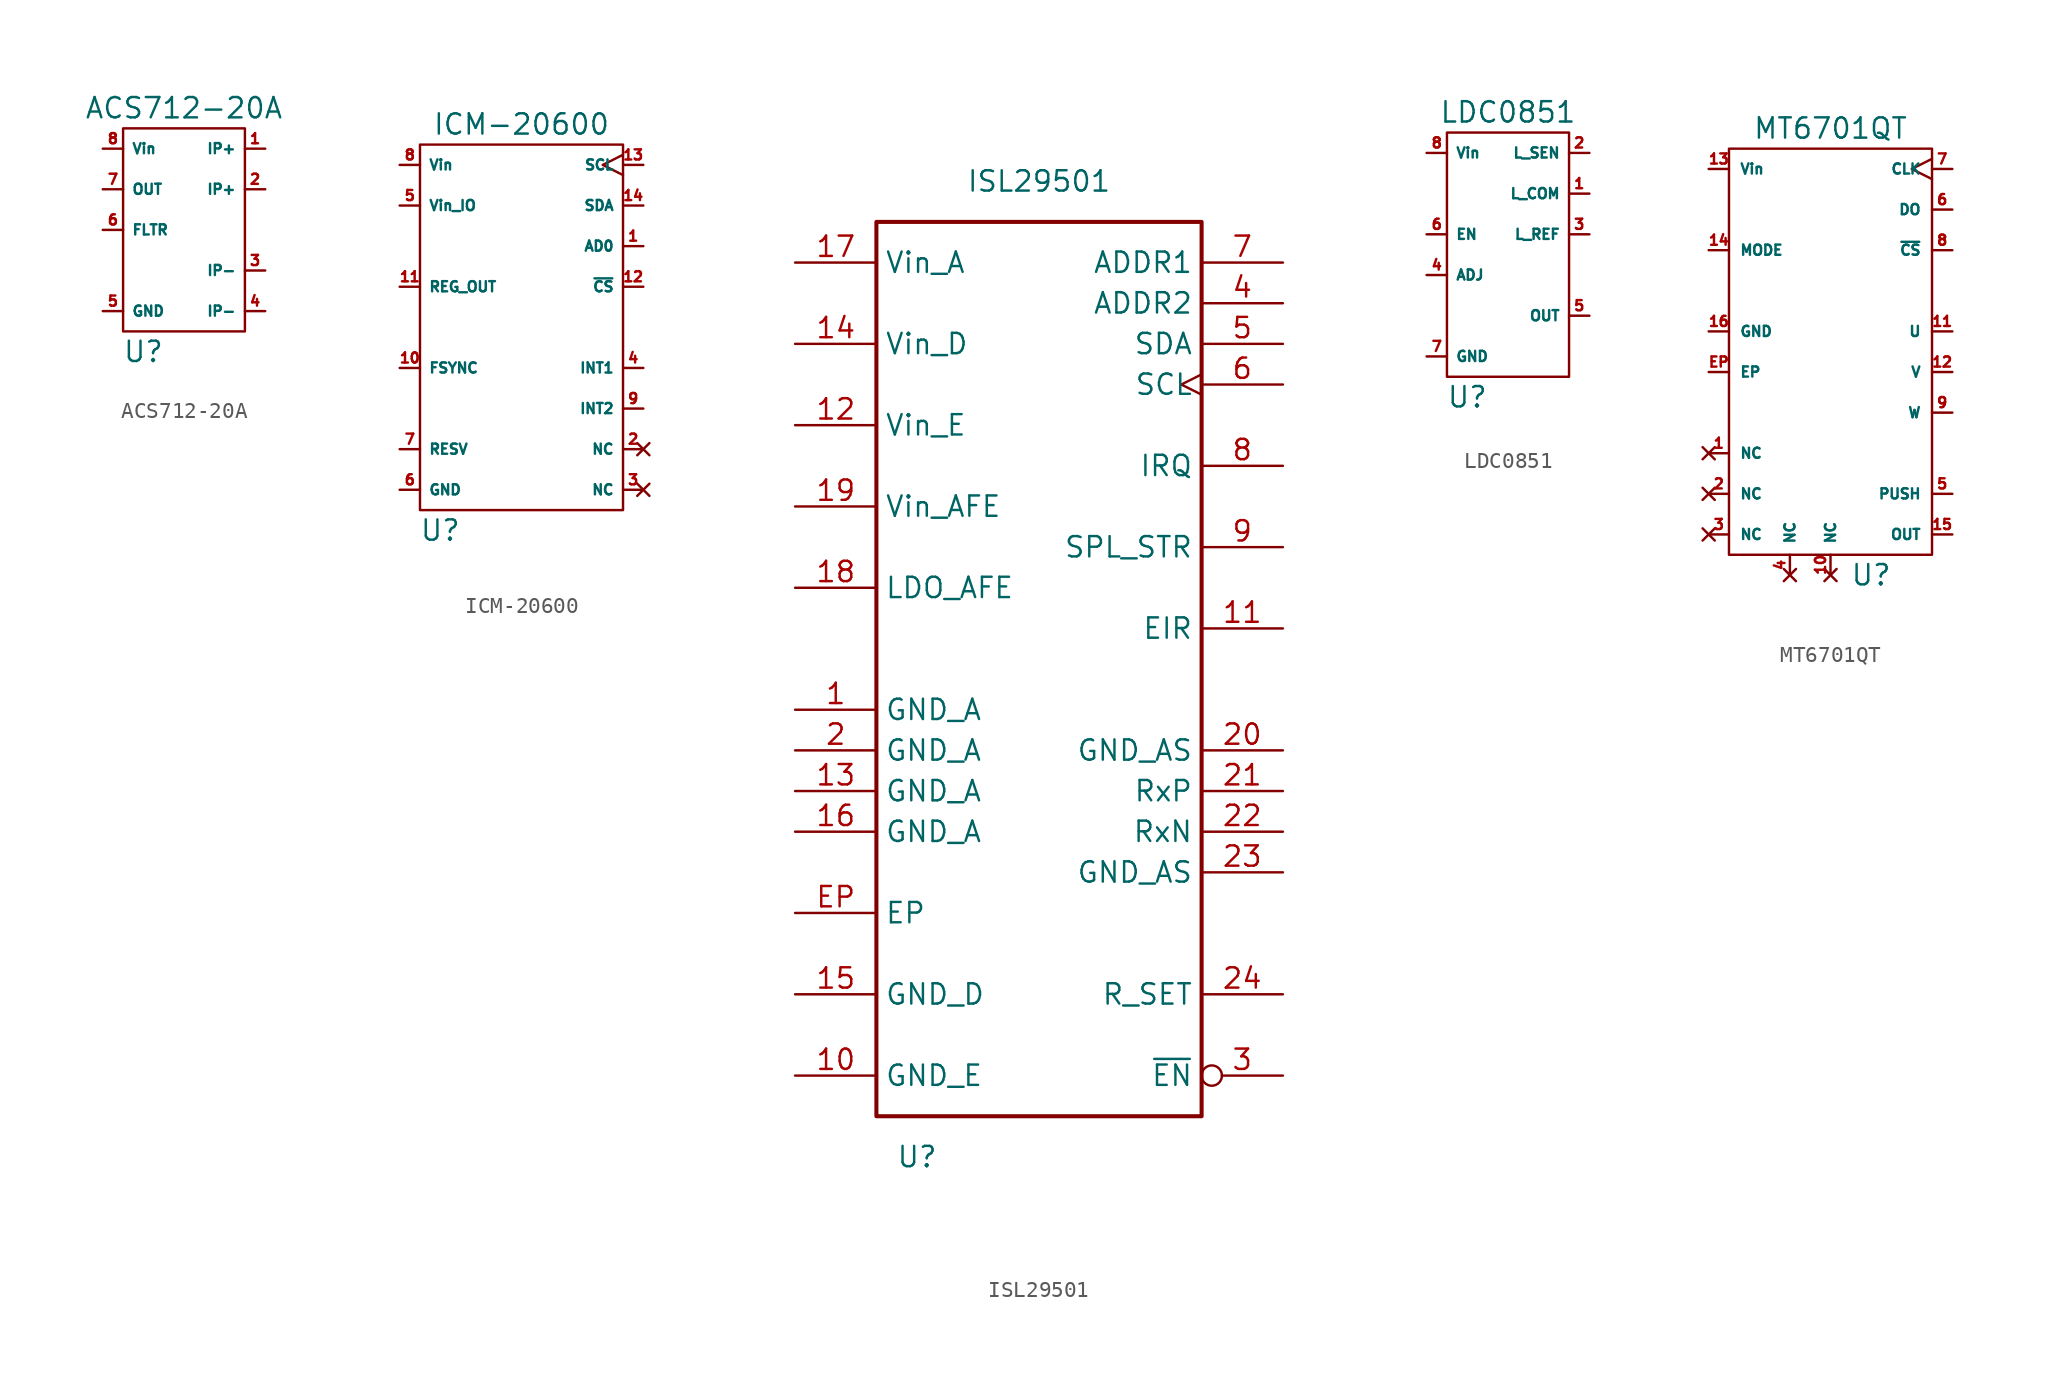
<source format=kicad_sym>
(kicad_symbol_lib
  (version 20211014)
  (generator kicad_symbol_editor)
  (symbol "ACS712-20A"
    (property "Reference" "U"
      (at -2.54 -7.62 0)
      (effects (font (size 1.27 1.27))))
    (property "Value" "ACS712-20A"
      (at 0 7.62 0)
      (effects (font (size 1.27 1.27))))
    (symbol "ACS712-20A_0_1"
      (rectangle (start -3.81 6.35) (end 3.81 -6.35) (stroke (width 0) (type default) (color 0 0 0 0)) (fill (type none))))
    (symbol "ACS712-20A_1_1"
      (pin power_in line (at 5.08 5.08 180) (length 1.27) (name "IP+" (effects (font (size 0.635 0.635)))) (number "1" (effects (font (size 0.635 0.635)))))
      (pin power_in line (at 5.08 2.54 180) (length 1.27) (name "IP+" (effects (font (size 0.635 0.635)))) (number "2" (effects (font (size 0.635 0.635)))))
      (pin power_out line (at 5.08 -2.54 180) (length 1.27) (name "IP-" (effects (font (size 0.635 0.635)))) (number "3" (effects (font (size 0.635 0.635)))))
      (pin power_out line (at 5.08 -5.08 180) (length 1.27) (name "IP-" (effects (font (size 0.635 0.635)))) (number "4" (effects (font (size 0.635 0.635)))))
      (pin power_in line (at -5.08 -5.08 0) (length 1.27) (name "GND" (effects (font (size 0.635 0.635)))) (number "5" (effects (font (size 0.635 0.635)))))
      (pin passive line (at -5.08 0 0) (length 1.27) (name "FLTR" (effects (font (size 0.635 0.635)))) (number "6" (effects (font (size 0.635 0.635)))))
      (pin output line (at -5.08 2.54 0) (length 1.27) (name "OUT" (effects (font (size 0.635 0.635)))) (number "7" (effects (font (size 0.635 0.635)))))
      (pin power_in line (at -5.08 5.08 0) (length 1.27) (name "Vin" (effects (font (size 0.635 0.635)))) (number "8" (effects (font (size 0.635 0.635)))))))
  (symbol "ICM-20600"
    (property "Reference" "U"
      (at -5.08 -12.7 0)
      (effects (font (size 1.27 1.27))))
    (property "Value" "ICM-20600"
      (at 0 12.7 0)
      (effects (font (size 1.27 1.27))))
    (symbol "ICM-20600_0_1"
      (rectangle (start -6.35 11.43) (end 6.35 -11.43) (stroke (width 0) (type default) (color 0 0 0 0)) (fill (type none))))
    (symbol "ICM-20600_1_1"
      (pin input line (at 7.62 5.08 180) (length 1.27) (name "AD0" (effects (font (size 0.635 0.635)))) (number "1" (effects (font (size 0.635 0.635)))) (alternate "SDO" output line))
      (pin input line (at -7.62 -2.54 0) (length 1.27) (name "FSYNC" (effects (font (size 0.635 0.635)))) (number "10" (effects (font (size 0.635 0.635)))) (alternate "NC" no_connect line))
      (pin power_out line (at -7.62 2.54 0) (length 1.27) (name "REG_OUT" (effects (font (size 0.635 0.635)))) (number "11" (effects (font (size 0.635 0.635)))))
      (pin input line (at 7.62 2.54 180) (length 1.27) (name "~{CS}" (effects (font (size 0.635 0.635)))) (number "12" (effects (font (size 0.635 0.635)))))
      (pin open_collector clock (at 7.62 10.16 180) (length 1.27) (name "SCL" (effects (font (size 0.635 0.635)))) (number "13" (effects (font (size 0.635 0.635)))) (alternate "SCLK" input clock))
      (pin open_collector line (at 7.62 7.62 180) (length 1.27) (name "SDA" (effects (font (size 0.635 0.635)))) (number "14" (effects (font (size 0.635 0.635)))) (alternate "SDI" input line))
      (pin no_connect line (at 7.62 -7.62 180) (length 1.27) (name "NC" (effects (font (size 0.635 0.635)))) (number "2" (effects (font (size 0.635 0.635)))))
      (pin no_connect line (at 7.62 -10.16 180) (length 1.27) (name "NC" (effects (font (size 0.635 0.635)))) (number "3" (effects (font (size 0.635 0.635)))))
      (pin output line (at 7.62 -2.54 180) (length 1.27) (name "INT1" (effects (font (size 0.635 0.635)))) (number "4" (effects (font (size 0.635 0.635)))))
      (pin power_in line (at -7.62 7.62 0) (length 1.27) (name "Vin_IO" (effects (font (size 0.635 0.635)))) (number "5" (effects (font (size 0.635 0.635)))))
      (pin power_in line (at -7.62 -10.16 0) (length 1.27) (name "GND" (effects (font (size 0.635 0.635)))) (number "6" (effects (font (size 0.635 0.635)))))
      (pin passive line (at -7.62 -7.62 0) (length 1.27) (name "RESV" (effects (font (size 0.635 0.635)))) (number "7" (effects (font (size 0.635 0.635)))))
      (pin power_in line (at -7.62 10.16 0) (length 1.27) (name "Vin" (effects (font (size 0.635 0.635)))) (number "8" (effects (font (size 0.635 0.635)))))
      (pin output line (at 7.62 -5.08 180) (length 1.27) (name "INT2" (effects (font (size 0.635 0.635)))) (number "9" (effects (font (size 0.635 0.635)))))))
  (symbol "ISL29501"
    (property "Reference" "U"
      (at -7.62 -30.48 0)
      (effects (font (size 1.27 1.27))))
    (property "Value" "ISL29501"
      (at 0 30.48 0)
      (effects (font (size 1.27 1.27))))
    (symbol "ISL29501_0_1"
      (rectangle (start -10.16 27.94) (end 10.16 -27.94) (stroke (width 0.254) (type default) (color 0 0 0 0)) (fill (type none))))
    (symbol "ISL29501_1_1"
      (pin power_in line (at -15.24 -2.54 0) (length 5.08) (name "GND_A" (effects (font (size 1.27 1.27)))) (number "1" (effects (font (size 1.27 1.27)))))
      (pin power_in line (at -15.24 -25.4 0) (length 5.08) (name "GND_E" (effects (font (size 1.27 1.27)))) (number "10" (effects (font (size 1.27 1.27)))))
      (pin output line (at 15.24 2.54 180) (length 5.08) (name "EIR" (effects (font (size 1.27 1.27)))) (number "11" (effects (font (size 1.27 1.27)))))
      (pin power_in line (at -15.24 15.24 0) (length 5.08) (name "Vin_E" (effects (font (size 1.27 1.27)))) (number "12" (effects (font (size 1.27 1.27)))))
      (pin power_in line (at -15.24 -7.62 0) (length 5.08) (name "GND_A" (effects (font (size 1.27 1.27)))) (number "13" (effects (font (size 1.27 1.27)))))
      (pin power_in line (at -15.24 20.32 0) (length 5.08) (name "Vin_D" (effects (font (size 1.27 1.27)))) (number "14" (effects (font (size 1.27 1.27)))))
      (pin power_in line (at -15.24 -20.32 0) (length 5.08) (name "GND_D" (effects (font (size 1.27 1.27)))) (number "15" (effects (font (size 1.27 1.27)))))
      (pin power_in line (at -15.24 -10.16 0) (length 5.08) (name "GND_A" (effects (font (size 1.27 1.27)))) (number "16" (effects (font (size 1.27 1.27)))))
      (pin power_in line (at -15.24 25.4 0) (length 5.08) (name "Vin_A" (effects (font (size 1.27 1.27)))) (number "17" (effects (font (size 1.27 1.27)))))
      (pin power_out line (at -15.24 5.08 0) (length 5.08) (name "LDO_AFE" (effects (font (size 1.27 1.27)))) (number "18" (effects (font (size 1.27 1.27)))))
      (pin power_in line (at -15.24 10.16 0) (length 5.08) (name "Vin_AFE" (effects (font (size 1.27 1.27)))) (number "19" (effects (font (size 1.27 1.27)))))
      (pin power_in line (at -15.24 -5.08 0) (length 5.08) (name "GND_A" (effects (font (size 1.27 1.27)))) (number "2" (effects (font (size 1.27 1.27)))))
      (pin power_in line (at 15.24 -5.08 180) (length 5.08) (name "GND_AS" (effects (font (size 1.27 1.27)))) (number "20" (effects (font (size 1.27 1.27)))))
      (pin input line (at 15.24 -7.62 180) (length 5.08) (name "RxP" (effects (font (size 1.27 1.27)))) (number "21" (effects (font (size 1.27 1.27)))))
      (pin input line (at 15.24 -10.16 180) (length 5.08) (name "RxN" (effects (font (size 1.27 1.27)))) (number "22" (effects (font (size 1.27 1.27)))))
      (pin power_in line (at 15.24 -12.7 180) (length 5.08) (name "GND_AS" (effects (font (size 1.27 1.27)))) (number "23" (effects (font (size 1.27 1.27)))))
      (pin passive line (at 15.24 -20.32 180) (length 5.08) (name "R_SET" (effects (font (size 1.27 1.27)))) (number "24" (effects (font (size 1.27 1.27)))))
      (pin input inverted (at 15.24 -25.4 180) (length 5.08) (name "~{EN}" (effects (font (size 1.27 1.27)))) (number "3" (effects (font (size 1.27 1.27)))))
      (pin input line (at 15.24 22.86 180) (length 5.08) (name "ADDR2" (effects (font (size 1.27 1.27)))) (number "4" (effects (font (size 1.27 1.27)))))
      (pin open_collector line (at 15.24 20.32 180) (length 5.08) (name "SDA" (effects (font (size 1.27 1.27)))) (number "5" (effects (font (size 1.27 1.27)))))
      (pin open_collector clock (at 15.24 17.78 180) (length 5.08) (name "SCL" (effects (font (size 1.27 1.27)))) (number "6" (effects (font (size 1.27 1.27)))))
      (pin input line (at 15.24 25.4 180) (length 5.08) (name "ADDR1" (effects (font (size 1.27 1.27)))) (number "7" (effects (font (size 1.27 1.27)))))
      (pin open_collector line (at 15.24 12.7 180) (length 5.08) (name "IRQ" (effects (font (size 1.27 1.27)))) (number "8" (effects (font (size 1.27 1.27)))))
      (pin input line (at 15.24 7.62 180) (length 5.08) (name "SPL_STR" (effects (font (size 1.27 1.27)))) (number "9" (effects (font (size 1.27 1.27)))))
      (pin passive line (at -15.24 -15.24 0) (length 5.08) (name "EP" (effects (font (size 1.27 1.27)))) (number "EP" (effects (font (size 1.27 1.27)))))))
  (symbol "LDC0851"
    (property "Reference" "U"
      (at -2.54 -10.16 0)
      (effects (font (size 1.27 1.27))))
    (property "Value" "LDC0851"
      (at 0 7.62 0)
      (effects (font (size 1.27 1.27))))
    (symbol "LDC0851_0_1"
      (rectangle (start -3.81 6.35) (end 3.81 -8.89) (stroke (width 0) (type default) (color 0 0 0 0)) (fill (type none))))
    (symbol "LDC0851_1_1"
      (pin input line (at 5.08 2.54 180) (length 1.27) (name "L_COM" (effects (font (size 0.635 0.635)))) (number "1" (effects (font (size 0.635 0.635)))))
      (pin output line (at 5.08 5.08 180) (length 1.27) (name "L_SEN" (effects (font (size 0.635 0.635)))) (number "2" (effects (font (size 0.635 0.635)))))
      (pin output line (at 5.08 0 180) (length 1.27) (name "L_REF" (effects (font (size 0.635 0.635)))) (number "3" (effects (font (size 0.635 0.635)))))
      (pin input line (at -5.08 -2.54 0) (length 1.27) (name "ADJ" (effects (font (size 0.635 0.635)))) (number "4" (effects (font (size 0.635 0.635)))))
      (pin output line (at 5.08 -5.08 180) (length 1.27) (name "OUT" (effects (font (size 0.635 0.635)))) (number "5" (effects (font (size 0.635 0.635)))))
      (pin input line (at -5.08 0 0) (length 1.27) (name "EN" (effects (font (size 0.635 0.635)))) (number "6" (effects (font (size 0.635 0.635)))))
      (pin power_in line (at -5.08 -7.62 0) (length 1.27) (name "GND" (effects (font (size 0.635 0.635)))) (number "7" (effects (font (size 0.635 0.635)))))
      (pin power_in line (at -5.08 5.08 0) (length 1.27) (name "Vin" (effects (font (size 0.635 0.635)))) (number "8" (effects (font (size 0.635 0.635)))))))
  (symbol "MT6701QT"
    (pin_names
      (offset 0.635))
    (property "Reference" "U"
      (at 2.54 -15.24 0)
      (effects (font (size 1.27 1.27))))
    (property "Value" "MT6701QT"
      (at 0 12.7 0)
      (effects (font (size 1.27 1.27))))
    (symbol "MT6701QT_0_1"
      (rectangle (start -6.35 11.43) (end 6.35 -13.97) (stroke (width 0) (type default) (color 0 0 0 0)) (fill (type none))))
    (symbol "MT6701QT_1_1"
      (pin no_connect line (at -7.62 -7.62 0) (length 1.27) (name "NC" (effects (font (size 0.635 0.635)))) (number "1" (effects (font (size 0.635 0.635)))))
      (pin no_connect line (at 0 -15.24 90) (length 1.27) (name "NC" (effects (font (size 0.635 0.635)))) (number "10" (effects (font (size 0.635 0.635)))))
      (pin output line (at 7.62 0 180) (length 1.27) (name "U" (effects (font (size 0.635 0.635)))) (number "11" (effects (font (size 0.635 0.635)))) (alternate "A_N" output line))
      (pin output line (at 7.62 -2.54 180) (length 1.27) (name "V" (effects (font (size 0.635 0.635)))) (number "12" (effects (font (size 0.635 0.635)))) (alternate "B_N" output line))
      (pin power_in line (at -7.62 10.16 0) (length 1.27) (name "Vin" (effects (font (size 0.635 0.635)))) (number "13" (effects (font (size 0.635 0.635)))))
      (pin input line (at -7.62 5.08 0) (length 1.27) (name "MODE" (effects (font (size 0.635 0.635)))) (number "14" (effects (font (size 0.635 0.635)))))
      (pin output line (at 7.62 -12.7 180) (length 1.27) (name "OUT" (effects (font (size 0.635 0.635)))) (number "15" (effects (font (size 0.635 0.635)))))
      (pin power_in line (at -7.62 0 0) (length 1.27) (name "GND" (effects (font (size 0.635 0.635)))) (number "16" (effects (font (size 0.635 0.635)))))
      (pin no_connect line (at -7.62 -10.16 0) (length 1.27) (name "NC" (effects (font (size 0.635 0.635)))) (number "2" (effects (font (size 0.635 0.635)))))
      (pin no_connect line (at -7.62 -12.7 0) (length 1.27) (name "NC" (effects (font (size 0.635 0.635)))) (number "3" (effects (font (size 0.635 0.635)))))
      (pin no_connect line (at -2.54 -15.24 90) (length 1.27) (name "NC" (effects (font (size 0.635 0.635)))) (number "4" (effects (font (size 0.635 0.635)))))
      (pin output line (at 7.62 -10.16 180) (length 1.27) (name "PUSH" (effects (font (size 0.635 0.635)))) (number "5" (effects (font (size 0.635 0.635)))))
      (pin output line (at 7.62 7.62 180) (length 1.27) (name "DO" (effects (font (size 0.635 0.635)))) (number "6" (effects (font (size 0.635 0.635)))) (alternate "A_P" output line) (alternate "SDA" open_collector line))
      (pin input clock (at 7.62 10.16 180) (length 1.27) (name "CLK" (effects (font (size 0.635 0.635)))) (number "7" (effects (font (size 0.635 0.635)))) (alternate "B_P" output line) (alternate "SCL" open_collector clock))
      (pin input line (at 7.62 5.08 180) (length 1.27) (name "~{CS}" (effects (font (size 0.635 0.635)))) (number "8" (effects (font (size 0.635 0.635)))) (alternate "Z_P" output line))
      (pin output line (at 7.62 -5.08 180) (length 1.27) (name "W" (effects (font (size 0.635 0.635)))) (number "9" (effects (font (size 0.635 0.635)))) (alternate "Z_N" output line))
      (pin passive line (at -7.62 -2.54 0) (length 1.27) (name "EP" (effects (font (size 0.635 0.635)))) (number "EP" (effects (font (size 0.635 0.635))))))))
</source>
